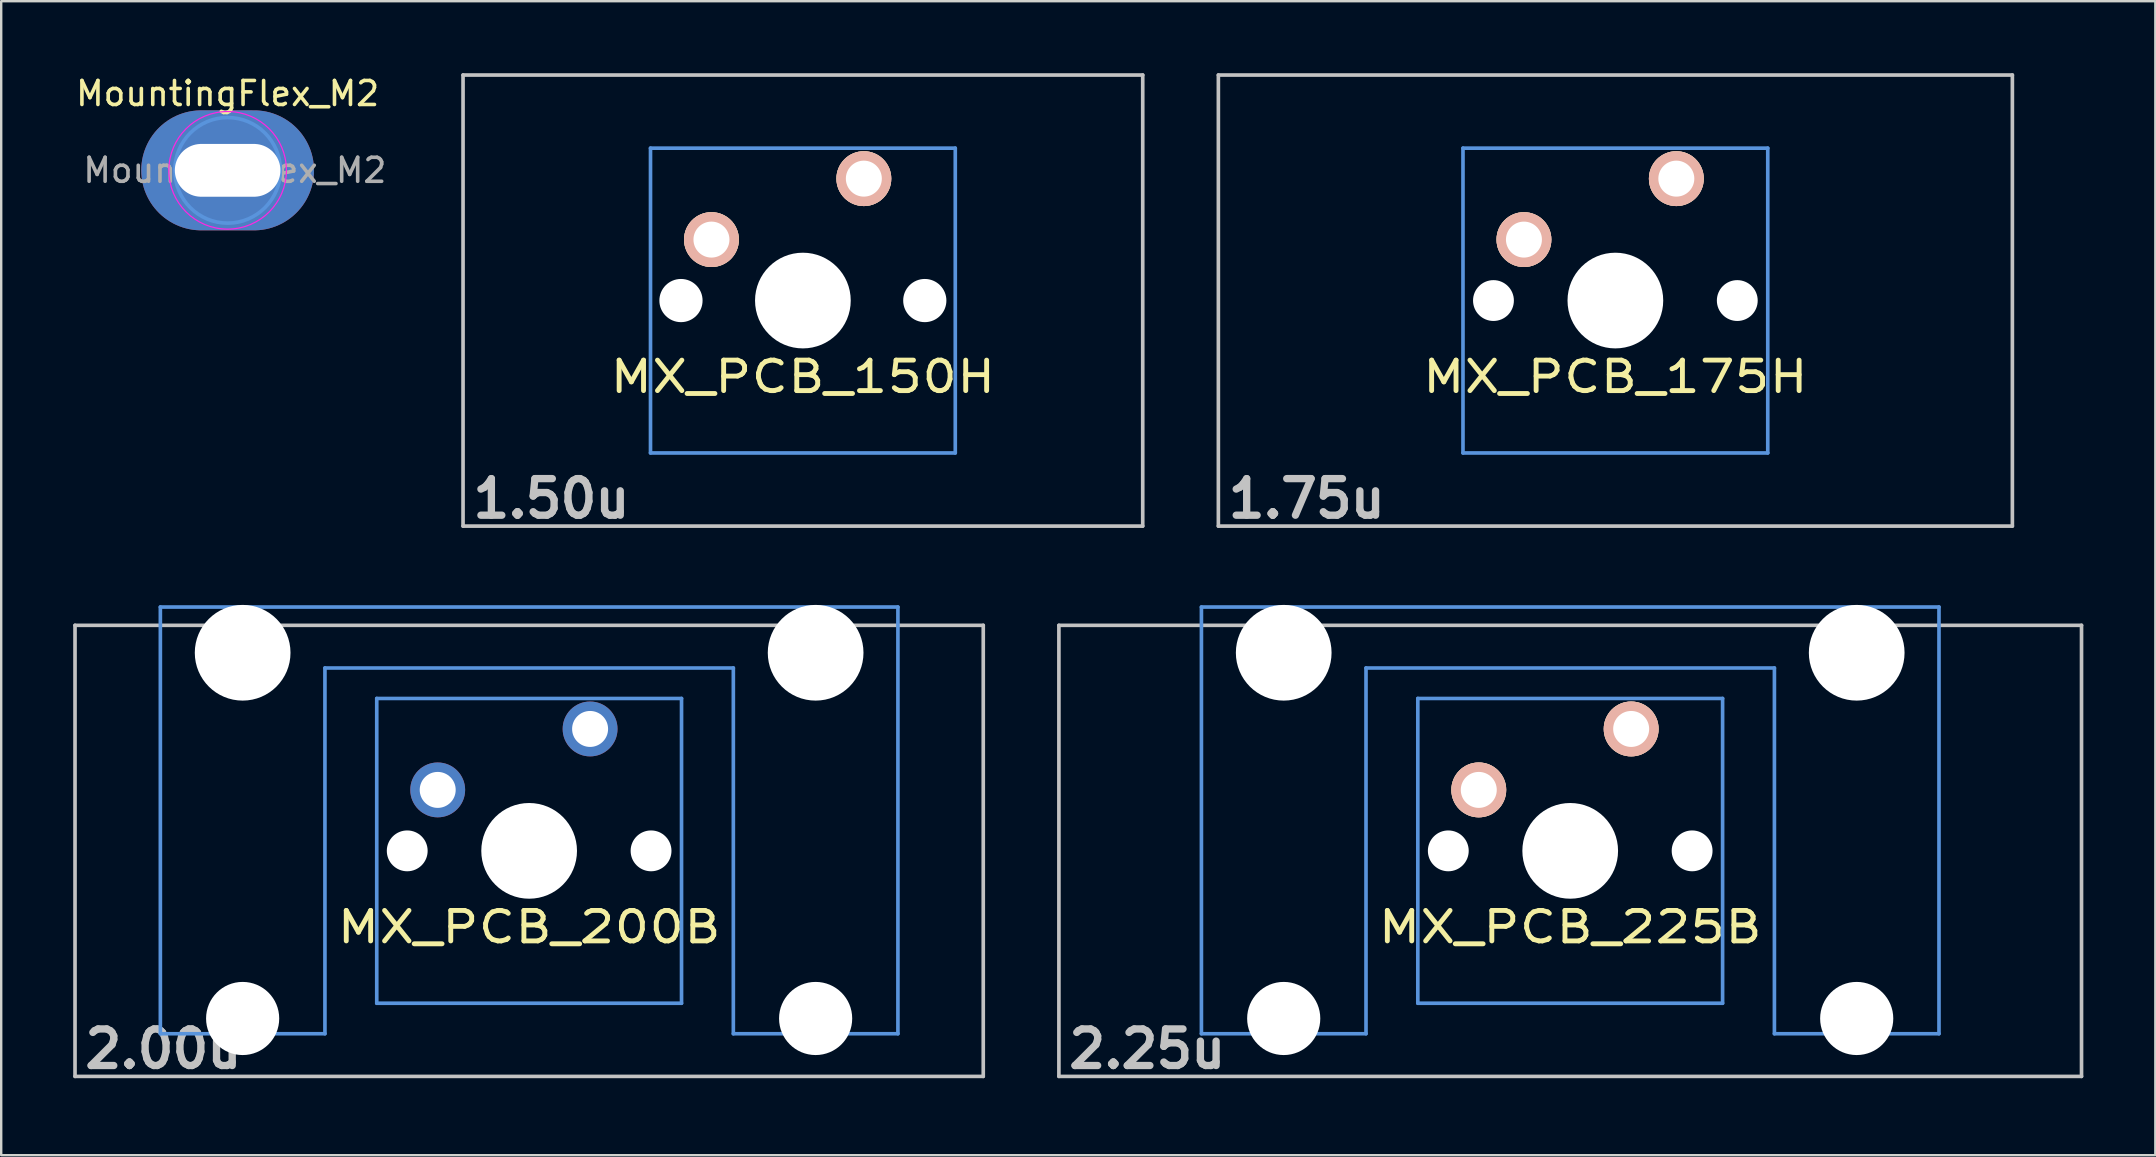
<source format=kicad_pcb>
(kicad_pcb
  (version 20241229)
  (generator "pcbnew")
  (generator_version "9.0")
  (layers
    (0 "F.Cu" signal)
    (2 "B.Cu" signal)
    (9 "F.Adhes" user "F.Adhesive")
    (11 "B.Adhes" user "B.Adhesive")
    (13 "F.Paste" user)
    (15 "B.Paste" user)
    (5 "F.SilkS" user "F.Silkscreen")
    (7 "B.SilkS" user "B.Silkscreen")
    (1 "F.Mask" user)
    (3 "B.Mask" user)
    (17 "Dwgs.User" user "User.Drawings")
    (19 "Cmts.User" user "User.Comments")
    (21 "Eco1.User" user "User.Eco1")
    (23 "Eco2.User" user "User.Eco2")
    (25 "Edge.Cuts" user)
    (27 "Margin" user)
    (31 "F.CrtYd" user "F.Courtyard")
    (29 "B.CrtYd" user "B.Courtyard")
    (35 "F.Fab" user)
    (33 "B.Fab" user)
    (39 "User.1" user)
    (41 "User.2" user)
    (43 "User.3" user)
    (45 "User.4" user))
  (footprint "MountingFlex_M2"
    (layer "F.Cu")
    (at 6.435 4.048)
    (property "Reference" "MountingFlex_M2" (at 0 -3.2 0) (layer "F.SilkS") (effects (font (size 1 1) (thickness 0.15))))
    (attr exclude_from_pos_files exclude_from_bom)
    (fp_circle (center 0 0) (end 2.2 0) (stroke (width 0.15) (type solid)) (fill no) (layer "Cmts.User"))
    (fp_circle (center 0 0) (end 2.45 0) (stroke (width 0.05) (type solid)) (fill no) (layer "F.CrtYd"))
    (fp_text user "${REFERENCE}" (at 0.3 0 0) (layer "F.Fab") (effects (font (size 1 1) (thickness 0.15))))
    (pad "" np_thru_hole oval (at 0 0) (size 7.2 5) (drill oval 4.4 2.2) (layers "*.Cu" "*.Mask")))
  (footprint "MX_PCB_150H"
    (layer "F.Cu")
    (at 30.406 9.474)
    (property "Reference" "MX_PCB_150H" (at 0 3.175 0) (layer "F.SilkS") (effects (font (size 1.27 1.524) (thickness 0.203))))
    (attr through_hole)
    (fp_line (start -14.161 -9.398) (end 14.161 -9.398) (stroke (width 0.152) (type solid)) (layer "Dwgs.User"))
    (fp_line (start -14.161 9.398) (end -14.161 -9.398) (stroke (width 0.152) (type solid)) (layer "Dwgs.User"))
    (fp_line (start 14.161 -9.398) (end 14.161 9.398) (stroke (width 0.152) (type solid)) (layer "Dwgs.User"))
    (fp_line (start 14.161 9.398) (end -14.161 9.398) (stroke (width 0.152) (type solid)) (layer "Dwgs.User"))
    (fp_line (start -6.35 -6.35) (end 6.35 -6.35) (stroke (width 0.152) (type solid)) (layer "Cmts.User"))
    (fp_line (start -6.35 6.35) (end -6.35 -6.35) (stroke (width 0.152) (type solid)) (layer "Cmts.User"))
    (fp_line (start 6.35 -6.35) (end 6.35 6.35) (stroke (width 0.152) (type solid)) (layer "Cmts.User"))
    (fp_line (start 6.35 6.35) (end -6.35 6.35) (stroke (width 0.152) (type solid)) (layer "Cmts.User"))
    (fp_line (start -6.985 -6.985) (end 6.985 -6.985) (stroke (width 0.152) (type solid)) (layer "Eco2.User"))
    (fp_line (start -6.985 6.985) (end -6.985 -6.985) (stroke (width 0.152) (type solid)) (layer "Eco2.User"))
    (fp_line (start 6.985 -6.985) (end 6.985 6.985) (stroke (width 0.152) (type solid)) (layer "Eco2.User"))
    (fp_line (start 6.985 6.985) (end -6.985 6.985) (stroke (width 0.152) (type solid)) (layer "Eco2.User"))
    (fp_text user "1.50u" (at -10.477 8.255 0) (layer "Dwgs.User") (effects (font (size 1.524 1.524) (thickness 0.305))))
    (pad "" np_thru_hole circle (at -5.08 0) (size 1.8 1.8) (drill 1.8) (layers "*.Cu" "*.Mask"))
    (pad "" np_thru_hole circle (at 0 0) (size 3.988 3.988) (drill 3.988) (layers "*.Cu" "*.Mask"))
    (pad "" np_thru_hole circle (at 5.08 0) (size 1.8 1.8) (drill 1.8) (layers "*.Cu" "*.Mask"))
    (pad "1" thru_hole circle (at 2.54 -5.08) (size 2.286 2.286) (drill 1.499) (layers "*.Cu" "*.SilkS" "*.Mask"))
    (pad "2" thru_hole circle (at -3.81 -2.54) (size 2.286 2.286) (drill 1.499) (layers "*.Cu" "*.SilkS" "*.Mask")))
  (footprint "MX_PCB_225B"
    (layer "F.Cu")
    (at 62.38 32.405)
    (property "Reference" "MX_PCB_225B" (at 0 3.175 0) (layer "F.SilkS") (effects (font (size 1.27 1.524) (thickness 0.203))))
    (attr through_hole)
    (fp_line (start -21.306 -9.398) (end 21.306 -9.398) (stroke (width 0.152) (type solid)) (layer "Dwgs.User"))
    (fp_line (start -21.306 9.398) (end -21.306 -9.398) (stroke (width 0.152) (type solid)) (layer "Dwgs.User"))
    (fp_line (start 21.306 -9.398) (end 21.306 9.398) (stroke (width 0.152) (type solid)) (layer "Dwgs.User"))
    (fp_line (start 21.306 9.398) (end -21.306 9.398) (stroke (width 0.152) (type solid)) (layer "Dwgs.User"))
    (fp_line (start -15.367 -10.16) (end -15.367 7.62) (stroke (width 0.152) (type solid)) (layer "Cmts.User"))
    (fp_line (start -15.367 7.62) (end -8.509 7.62) (stroke (width 0.152) (type solid)) (layer "Cmts.User"))
    (fp_line (start -8.509 -7.62) (end 8.509 -7.62) (stroke (width 0.152) (type solid)) (layer "Cmts.User"))
    (fp_line (start -8.509 7.62) (end -8.509 -7.62) (stroke (width 0.152) (type solid)) (layer "Cmts.User"))
    (fp_line (start -6.35 -6.35) (end 6.35 -6.35) (stroke (width 0.152) (type solid)) (layer "Cmts.User"))
    (fp_line (start -6.35 6.35) (end -6.35 -6.35) (stroke (width 0.152) (type solid)) (layer "Cmts.User"))
    (fp_line (start 6.35 -6.35) (end 6.35 6.35) (stroke (width 0.152) (type solid)) (layer "Cmts.User"))
    (fp_line (start 6.35 6.35) (end -6.35 6.35) (stroke (width 0.152) (type solid)) (layer "Cmts.User"))
    (fp_line (start 8.509 -7.62) (end 8.509 7.62) (stroke (width 0.152) (type solid)) (layer "Cmts.User"))
    (fp_line (start 8.509 7.62) (end 15.367 7.62) (stroke (width 0.152) (type solid)) (layer "Cmts.User"))
    (fp_line (start 15.367 -10.16) (end -15.367 -10.16) (stroke (width 0.152) (type solid)) (layer "Cmts.User"))
    (fp_line (start 15.367 7.62) (end 15.367 -10.16) (stroke (width 0.152) (type solid)) (layer "Cmts.User"))
    (fp_line (start -16.129 -0.508) (end -15.265 -0.508) (stroke (width 0.152) (type solid)) (layer "Eco2.User"))
    (fp_line (start -16.129 2.286) (end -16.129 -0.508) (stroke (width 0.152) (type solid)) (layer "Eco2.User"))
    (fp_line (start -15.265 -6.604) (end -14.224 -6.604) (stroke (width 0.152) (type solid)) (layer "Eco2.User"))
    (fp_line (start -15.265 -0.508) (end -15.265 -6.604) (stroke (width 0.152) (type solid)) (layer "Eco2.User"))
    (fp_line (start -15.265 2.286) (end -16.129 2.286) (stroke (width 0.152) (type solid)) (layer "Eco2.User"))
    (fp_line (start -15.265 5.69) (end -15.265 2.286) (stroke (width 0.152) (type solid)) (layer "Eco2.User"))
    (fp_line (start -14.224 -7.772) (end -9.652 -7.772) (stroke (width 0.152) (type solid)) (layer "Eco2.User"))
    (fp_line (start -14.224 -6.604) (end -14.224 -7.772) (stroke (width 0.152) (type solid)) (layer "Eco2.User"))
    (fp_line (start -9.652 -7.772) (end -9.652 -6.604) (stroke (width 0.152) (type solid)) (layer "Eco2.User"))
    (fp_line (start -9.652 -6.604) (end -8.611 -6.604) (stroke (width 0.152) (type solid)) (layer "Eco2.User"))
    (fp_line (start -8.611 -6.604) (end -8.611 -5.817) (stroke (width 0.152) (type solid)) (layer "Eco2.User"))
    (fp_line (start -8.611 -5.817) (end -6.985 -5.817) (stroke (width 0.152) (type solid)) (layer "Eco2.User"))
    (fp_line (start -8.611 4.877) (end -8.611 5.69) (stroke (width 0.152) (type solid)) (layer "Eco2.User"))
    (fp_line (start -8.611 5.69) (end -15.265 5.69) (stroke (width 0.152) (type solid)) (layer "Eco2.User"))
    (fp_line (start -6.985 -6.985) (end 6.985 -6.985) (stroke (width 0.152) (type solid)) (layer "Eco2.User"))
    (fp_line (start -6.985 -5.817) (end -6.985 -6.985) (stroke (width 0.152) (type solid)) (layer "Eco2.User"))
    (fp_line (start -6.985 4.877) (end -8.611 4.877) (stroke (width 0.152) (type solid)) (layer "Eco2.User"))
    (fp_line (start -6.985 6.985) (end -6.985 4.877) (stroke (width 0.152) (type solid)) (layer "Eco2.User"))
    (fp_line (start 6.985 -6.985) (end 6.985 -5.817) (stroke (width 0.152) (type solid)) (layer "Eco2.User"))
    (fp_line (start 6.985 -5.817) (end 8.611 -5.817) (stroke (width 0.152) (type solid)) (layer "Eco2.User"))
    (fp_line (start 6.985 4.877) (end 6.985 6.985) (stroke (width 0.152) (type solid)) (layer "Eco2.User"))
    (fp_line (start 6.985 6.985) (end -6.985 6.985) (stroke (width 0.152) (type solid)) (layer "Eco2.User"))
    (fp_line (start 8.611 -6.604) (end 9.652 -6.604) (stroke (width 0.152) (type solid)) (layer "Eco2.User"))
    (fp_line (start 8.611 -5.817) (end 8.611 -6.604) (stroke (width 0.152) (type solid)) (layer "Eco2.User"))
    (fp_line (start 8.611 4.877) (end 6.985 4.877) (stroke (width 0.152) (type solid)) (layer "Eco2.User"))
    (fp_line (start 8.611 5.69) (end 8.611 4.877) (stroke (width 0.152) (type solid)) (layer "Eco2.User"))
    (fp_line (start 9.652 -7.772) (end 14.224 -7.772) (stroke (width 0.152) (type solid)) (layer "Eco2.User"))
    (fp_line (start 9.652 -6.604) (end 9.652 -7.772) (stroke (width 0.152) (type solid)) (layer "Eco2.User"))
    (fp_line (start 14.224 -7.772) (end 14.224 -6.604) (stroke (width 0.152) (type solid)) (layer "Eco2.User"))
    (fp_line (start 14.224 -6.604) (end 15.265 -6.604) (stroke (width 0.152) (type solid)) (layer "Eco2.User"))
    (fp_line (start 15.265 -6.604) (end 15.265 -0.508) (stroke (width 0.152) (type solid)) (layer "Eco2.User"))
    (fp_line (start 15.265 -0.508) (end 16.129 -0.508) (stroke (width 0.152) (type solid)) (layer "Eco2.User"))
    (fp_line (start 15.265 2.286) (end 15.265 5.69) (stroke (width 0.152) (type solid)) (layer "Eco2.User"))
    (fp_line (start 15.265 5.69) (end 8.611 5.69) (stroke (width 0.152) (type solid)) (layer "Eco2.User"))
    (fp_line (start 16.129 -0.508) (end 16.129 2.286) (stroke (width 0.152) (type solid)) (layer "Eco2.User"))
    (fp_line (start 16.129 2.286) (end 15.265 2.286) (stroke (width 0.152) (type solid)) (layer "Eco2.User"))
    (fp_text user "2.25u" (at -17.623 8.255 0) (layer "Dwgs.User") (effects (font (size 1.524 1.524) (thickness 0.305))))
    (pad "" np_thru_hole circle (at -11.938 -8.255 180) (size 3.988 3.988) (drill 3.988) (layers "*.Cu" "*.Mask"))
    (pad "" np_thru_hole circle (at -11.938 6.985 180) (size 3.048 3.048) (drill 3.048) (layers "*.Cu" "*.Mask"))
    (pad "" np_thru_hole circle (at -5.08 0 180) (size 1.702 1.702) (drill 1.702) (layers "*.Cu" "*.Mask"))
    (pad "" np_thru_hole circle (at 0 0) (size 3.988 3.988) (drill 3.988) (layers "*.Cu" "*.Mask"))
    (pad "" np_thru_hole circle (at 5.08 0 180) (size 1.702 1.702) (drill 1.702) (layers "*.Cu" "*.Mask"))
    (pad "" np_thru_hole circle (at 11.938 -8.255 180) (size 3.988 3.988) (drill 3.988) (layers "*.Cu" "*.Mask"))
    (pad "" np_thru_hole circle (at 11.938 6.985 180) (size 3.048 3.048) (drill 3.048) (layers "*.Cu" "*.Mask"))
    (pad "1" thru_hole circle (at 2.54 -5.08) (size 2.286 2.286) (drill 1.499) (layers "*.Cu" "*.SilkS" "*.Mask"))
    (pad "2" thru_hole circle (at -3.81 -2.54) (size 2.286 2.286) (drill 1.499) (layers "*.Cu" "*.SilkS" "*.Mask")))
  (footprint "MX_PCB_200B"
    (layer "F.Cu")
    (at 18.999 32.405)
    (property "Reference" "MX_PCB_200B" (at 0 3.175 0) (layer "F.SilkS") (effects (font (size 1.27 1.524) (thickness 0.203))))
    (attr through_hole)
    (fp_line (start -18.923 -9.398) (end 18.923 -9.398) (stroke (width 0.152) (type solid)) (layer "Dwgs.User"))
    (fp_line (start -18.923 9.398) (end -18.923 -9.398) (stroke (width 0.152) (type solid)) (layer "Dwgs.User"))
    (fp_line (start 18.923 -9.398) (end 18.923 9.398) (stroke (width 0.152) (type solid)) (layer "Dwgs.User"))
    (fp_line (start 18.923 9.398) (end -18.923 9.398) (stroke (width 0.152) (type solid)) (layer "Dwgs.User"))
    (fp_line (start -15.367 -10.16) (end -15.367 7.62) (stroke (width 0.152) (type solid)) (layer "Cmts.User"))
    (fp_line (start -15.367 7.62) (end -8.509 7.62) (stroke (width 0.152) (type solid)) (layer "Cmts.User"))
    (fp_line (start -8.509 -7.62) (end 8.509 -7.62) (stroke (width 0.152) (type solid)) (layer "Cmts.User"))
    (fp_line (start -8.509 7.62) (end -8.509 -7.62) (stroke (width 0.152) (type solid)) (layer "Cmts.User"))
    (fp_line (start -6.35 -6.35) (end 6.35 -6.35) (stroke (width 0.152) (type solid)) (layer "Cmts.User"))
    (fp_line (start -6.35 6.35) (end -6.35 -6.35) (stroke (width 0.152) (type solid)) (layer "Cmts.User"))
    (fp_line (start 6.35 -6.35) (end 6.35 6.35) (stroke (width 0.152) (type solid)) (layer "Cmts.User"))
    (fp_line (start 6.35 6.35) (end -6.35 6.35) (stroke (width 0.152) (type solid)) (layer "Cmts.User"))
    (fp_line (start 8.509 -7.62) (end 8.509 7.62) (stroke (width 0.152) (type solid)) (layer "Cmts.User"))
    (fp_line (start 8.509 7.62) (end 15.367 7.62) (stroke (width 0.152) (type solid)) (layer "Cmts.User"))
    (fp_line (start 15.367 -10.16) (end -15.367 -10.16) (stroke (width 0.152) (type solid)) (layer "Cmts.User"))
    (fp_line (start 15.367 7.62) (end 15.367 -10.16) (stroke (width 0.152) (type solid)) (layer "Cmts.User"))
    (fp_line (start -16.129 -0.508) (end -15.265 -0.508) (stroke (width 0.152) (type solid)) (layer "Eco2.User"))
    (fp_line (start -16.129 2.286) (end -16.129 -0.508) (stroke (width 0.152) (type solid)) (layer "Eco2.User"))
    (fp_line (start -15.265 -6.604) (end -14.224 -6.604) (stroke (width 0.152) (type solid)) (layer "Eco2.User"))
    (fp_line (start -15.265 -0.508) (end -15.265 -6.604) (stroke (width 0.152) (type solid)) (layer "Eco2.User"))
    (fp_line (start -15.265 2.286) (end -16.129 2.286) (stroke (width 0.152) (type solid)) (layer "Eco2.User"))
    (fp_line (start -15.265 5.69) (end -15.265 2.286) (stroke (width 0.152) (type solid)) (layer "Eco2.User"))
    (fp_line (start -14.224 -7.772) (end -9.652 -7.772) (stroke (width 0.152) (type solid)) (layer "Eco2.User"))
    (fp_line (start -14.224 -6.604) (end -14.224 -7.772) (stroke (width 0.152) (type solid)) (layer "Eco2.User"))
    (fp_line (start -9.652 -7.772) (end -9.652 -6.604) (stroke (width 0.152) (type solid)) (layer "Eco2.User"))
    (fp_line (start -9.652 -6.604) (end -8.611 -6.604) (stroke (width 0.152) (type solid)) (layer "Eco2.User"))
    (fp_line (start -8.611 -6.604) (end -8.611 -5.817) (stroke (width 0.152) (type solid)) (layer "Eco2.User"))
    (fp_line (start -8.611 -5.817) (end -6.985 -5.817) (stroke (width 0.152) (type solid)) (layer "Eco2.User"))
    (fp_line (start -8.611 4.877) (end -8.611 5.69) (stroke (width 0.152) (type solid)) (layer "Eco2.User"))
    (fp_line (start -8.611 5.69) (end -15.265 5.69) (stroke (width 0.152) (type solid)) (layer "Eco2.User"))
    (fp_line (start -6.985 -6.985) (end 6.985 -6.985) (stroke (width 0.152) (type solid)) (layer "Eco2.User"))
    (fp_line (start -6.985 -5.817) (end -6.985 -6.985) (stroke (width 0.152) (type solid)) (layer "Eco2.User"))
    (fp_line (start -6.985 4.877) (end -8.611 4.877) (stroke (width 0.152) (type solid)) (layer "Eco2.User"))
    (fp_line (start -6.985 6.985) (end -6.985 4.877) (stroke (width 0.152) (type solid)) (layer "Eco2.User"))
    (fp_line (start 6.985 -6.985) (end 6.985 -5.817) (stroke (width 0.152) (type solid)) (layer "Eco2.User"))
    (fp_line (start 6.985 -5.817) (end 8.611 -5.817) (stroke (width 0.152) (type solid)) (layer "Eco2.User"))
    (fp_line (start 6.985 4.877) (end 6.985 6.985) (stroke (width 0.152) (type solid)) (layer "Eco2.User"))
    (fp_line (start 6.985 6.985) (end -6.985 6.985) (stroke (width 0.152) (type solid)) (layer "Eco2.User"))
    (fp_line (start 8.611 -6.604) (end 9.652 -6.604) (stroke (width 0.152) (type solid)) (layer "Eco2.User"))
    (fp_line (start 8.611 -5.817) (end 8.611 -6.604) (stroke (width 0.152) (type solid)) (layer "Eco2.User"))
    (fp_line (start 8.611 4.877) (end 6.985 4.877) (stroke (width 0.152) (type solid)) (layer "Eco2.User"))
    (fp_line (start 8.611 5.69) (end 8.611 4.877) (stroke (width 0.152) (type solid)) (layer "Eco2.User"))
    (fp_line (start 9.652 -7.772) (end 14.224 -7.772) (stroke (width 0.152) (type solid)) (layer "Eco2.User"))
    (fp_line (start 9.652 -6.604) (end 9.652 -7.772) (stroke (width 0.152) (type solid)) (layer "Eco2.User"))
    (fp_line (start 14.224 -7.772) (end 14.224 -6.604) (stroke (width 0.152) (type solid)) (layer "Eco2.User"))
    (fp_line (start 14.224 -6.604) (end 15.265 -6.604) (stroke (width 0.152) (type solid)) (layer "Eco2.User"))
    (fp_line (start 15.265 -6.604) (end 15.265 -0.508) (stroke (width 0.152) (type solid)) (layer "Eco2.User"))
    (fp_line (start 15.265 -0.508) (end 16.129 -0.508) (stroke (width 0.152) (type solid)) (layer "Eco2.User"))
    (fp_line (start 15.265 2.286) (end 15.265 5.69) (stroke (width 0.152) (type solid)) (layer "Eco2.User"))
    (fp_line (start 15.265 5.69) (end 8.611 5.69) (stroke (width 0.152) (type solid)) (layer "Eco2.User"))
    (fp_line (start 16.129 -0.508) (end 16.129 2.286) (stroke (width 0.152) (type solid)) (layer "Eco2.User"))
    (fp_line (start 16.129 2.286) (end 15.265 2.286) (stroke (width 0.152) (type solid)) (layer "Eco2.User"))
    (fp_text user "2.00u" (at -15.24 8.255 0) (layer "Dwgs.User") (effects (font (size 1.524 1.524) (thickness 0.305))))
    (pad "" np_thru_hole circle (at -11.938 -8.255) (size 3.988 3.988) (drill 3.988) (layers "*.Cu" "*.Mask"))
    (pad "" np_thru_hole circle (at -11.938 6.985) (size 3.048 3.048) (drill 3.048) (layers "*.Cu" "*.Mask"))
    (pad "" np_thru_hole circle (at -5.08 0 180) (size 1.702 1.702) (drill 1.702) (layers "*.Cu"))
    (pad "" np_thru_hole circle (at 0 0 90) (size 3.988 3.988) (drill 3.988) (layers "*.Cu" "*.Mask"))
    (pad "" np_thru_hole circle (at 5.08 0 180) (size 1.702 1.702) (drill 1.702) (layers "*.Cu"))
    (pad "" np_thru_hole circle (at 11.938 -8.255) (size 3.988 3.988) (drill 3.988) (layers "*.Cu" "*.Mask"))
    (pad "" np_thru_hole circle (at 11.938 6.985 180) (size 3.048 3.048) (drill 3.048) (layers "*.Cu" "*.Mask"))
    (pad "1" thru_hole circle (at 2.54 -5.08) (size 2.286 2.286) (drill 1.499) (layers "*.Cu" "*.Mask"))
    (pad "2" thru_hole circle (at -3.81 -2.54 180) (size 2.286 2.286) (drill 1.499) (layers "*.Cu" "*.Mask")))
  (footprint "MX_PCB_175H"
    (layer "F.Cu")
    (at 64.262 9.474)
    (property "Reference" "MX_PCB_175H" (at 0 3.175 0) (layer "F.SilkS") (effects (font (size 1.27 1.524) (thickness 0.203))))
    (attr through_hole)
    (fp_line (start -16.543 -9.398) (end 16.543 -9.398) (stroke (width 0.152) (type solid)) (layer "Dwgs.User"))
    (fp_line (start -16.543 9.398) (end -16.543 -9.398) (stroke (width 0.152) (type solid)) (layer "Dwgs.User"))
    (fp_line (start 16.543 -9.398) (end 16.543 9.398) (stroke (width 0.152) (type solid)) (layer "Dwgs.User"))
    (fp_line (start 16.543 9.398) (end -16.543 9.398) (stroke (width 0.152) (type solid)) (layer "Dwgs.User"))
    (fp_line (start -6.35 -6.35) (end 6.35 -6.35) (stroke (width 0.152) (type solid)) (layer "Cmts.User"))
    (fp_line (start -6.35 6.35) (end -6.35 -6.35) (stroke (width 0.152) (type solid)) (layer "Cmts.User"))
    (fp_line (start 6.35 -6.35) (end 6.35 6.35) (stroke (width 0.152) (type solid)) (layer "Cmts.User"))
    (fp_line (start 6.35 6.35) (end -6.35 6.35) (stroke (width 0.152) (type solid)) (layer "Cmts.User"))
    (fp_line (start -6.985 -6.985) (end 6.985 -6.985) (stroke (width 0.152) (type solid)) (layer "Eco2.User"))
    (fp_line (start -6.985 6.985) (end -6.985 -6.985) (stroke (width 0.152) (type solid)) (layer "Eco2.User"))
    (fp_line (start 6.985 -6.985) (end 6.985 6.985) (stroke (width 0.152) (type solid)) (layer "Eco2.User"))
    (fp_line (start 6.985 6.985) (end -6.985 6.985) (stroke (width 0.152) (type solid)) (layer "Eco2.User"))
    (fp_text user "1.75u" (at -12.86 8.255 0) (layer "Dwgs.User") (effects (font (size 1.524 1.524) (thickness 0.305))))
    (pad "" np_thru_hole circle (at -5.08 0) (size 1.702 1.702) (drill 1.702) (layers "*.Cu" "*.Mask"))
    (pad "" np_thru_hole circle (at 0 0) (size 3.988 3.988) (drill 3.988) (layers "*.Cu" "*.Mask"))
    (pad "" np_thru_hole circle (at 5.08 0) (size 1.702 1.702) (drill 1.702) (layers "*.Cu" "*.Mask"))
    (pad "1" thru_hole circle (at 2.54 -5.08) (size 2.286 2.286) (drill 1.499) (layers "*.Cu" "*.SilkS" "*.Mask"))
    (pad "2" thru_hole circle (at -3.81 -2.54) (size 2.286 2.286) (drill 1.499) (layers "*.Cu" "*.SilkS" "*.Mask")))
  (gr_rect
    (start -3 -3)
    (end 86.762 45.086)
    (stroke (width 0.1) (type default))
    (fill no)
    (layer "Edge.Cuts")))
</source>
